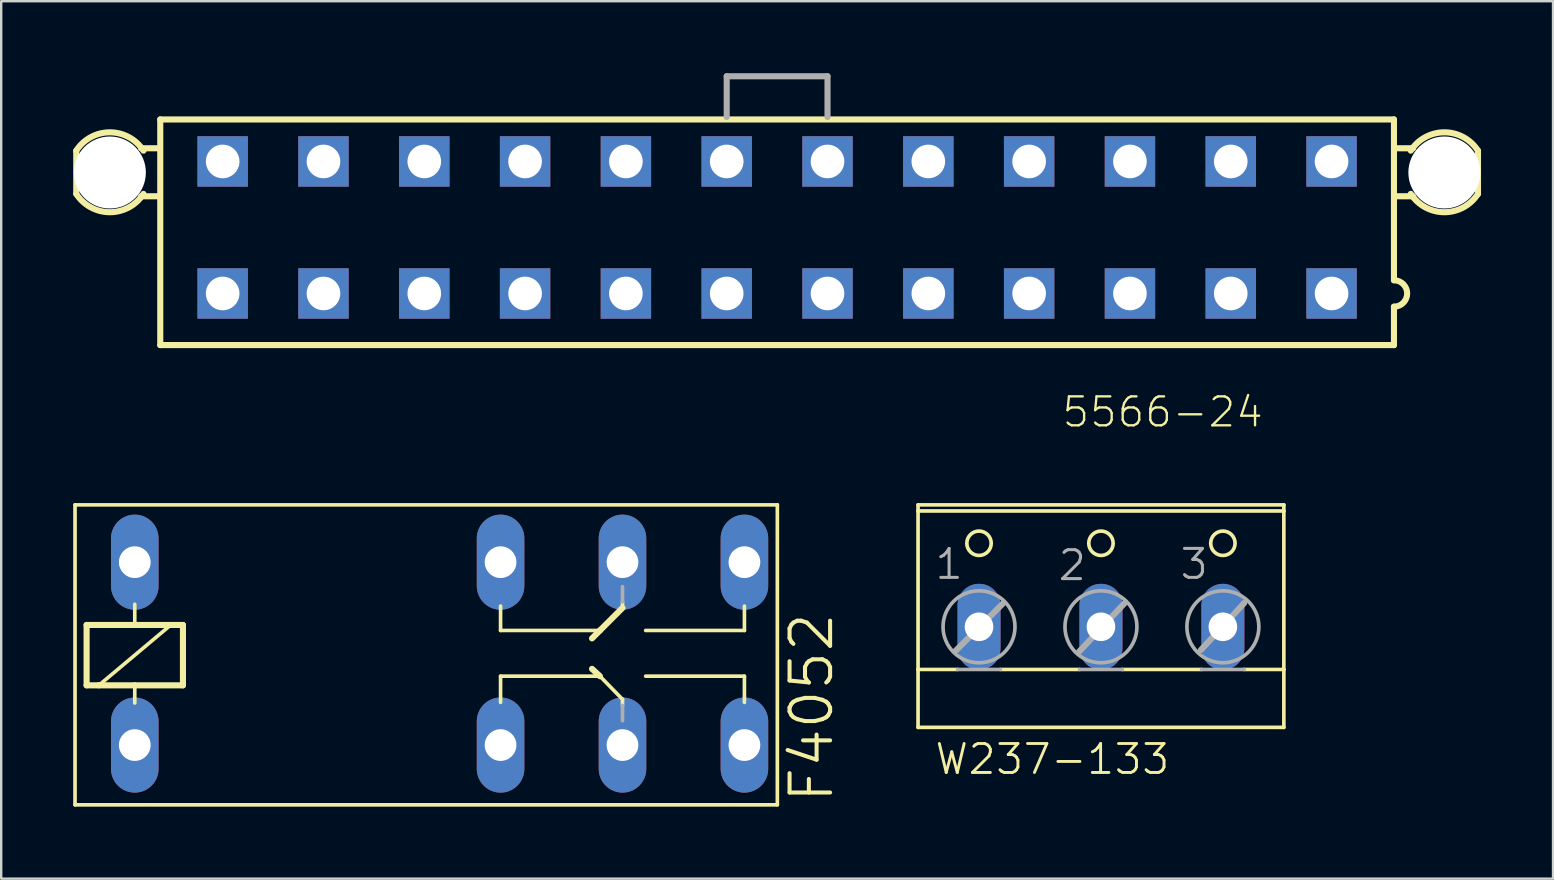
<source format=kicad_pcb>
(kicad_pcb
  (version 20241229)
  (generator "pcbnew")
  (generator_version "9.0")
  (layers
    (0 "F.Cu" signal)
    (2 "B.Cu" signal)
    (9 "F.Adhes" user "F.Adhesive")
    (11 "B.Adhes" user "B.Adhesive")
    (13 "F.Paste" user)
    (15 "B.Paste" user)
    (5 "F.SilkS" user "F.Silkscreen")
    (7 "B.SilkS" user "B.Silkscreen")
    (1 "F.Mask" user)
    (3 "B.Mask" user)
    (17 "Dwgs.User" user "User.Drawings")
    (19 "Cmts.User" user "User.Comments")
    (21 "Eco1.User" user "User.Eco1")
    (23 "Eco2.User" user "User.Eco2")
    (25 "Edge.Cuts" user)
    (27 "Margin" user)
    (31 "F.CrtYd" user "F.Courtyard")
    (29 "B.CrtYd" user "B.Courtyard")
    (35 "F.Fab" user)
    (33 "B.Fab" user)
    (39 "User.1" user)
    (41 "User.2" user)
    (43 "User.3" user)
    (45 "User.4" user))
  (footprint "W237-133"
    (layer "F.Cu")
    (at 42.819 22.429)
    (property "Reference" "W237-133" (at -6.985 6.858 0) (layer "F.SilkS") (effects (font (size 1.206 1.206) (thickness 0.121)) (justify left bottom)))
    (attr through_hole)
    (fp_line (start -7.62 -4.445) (end 7.62 -4.445) (stroke (width 0.152) (type solid)) (layer "F.SilkS"))
    (fp_line (start -7.62 -4.191) (end -7.62 -4.445) (stroke (width 0.152) (type solid)) (layer "F.SilkS"))
    (fp_line (start -7.62 2.413) (end -7.62 -4.191) (stroke (width 0.152) (type solid)) (layer "F.SilkS"))
    (fp_line (start -7.62 2.413) (end -5.969 2.413) (stroke (width 0.152) (type solid)) (layer "F.SilkS"))
    (fp_line (start -7.62 4.826) (end -7.62 2.413) (stroke (width 0.152) (type solid)) (layer "F.SilkS"))
    (fp_line (start -7.62 4.826) (end 7.62 4.826) (stroke (width 0.152) (type solid)) (layer "F.SilkS"))
    (fp_line (start -4.191 2.413) (end -0.889 2.413) (stroke (width 0.152) (type solid)) (layer "F.SilkS"))
    (fp_line (start 0.889 2.413) (end 4.191 2.413) (stroke (width 0.152) (type solid)) (layer "F.SilkS"))
    (fp_line (start 5.969 2.413) (end 7.62 2.413) (stroke (width 0.152) (type solid)) (layer "F.SilkS"))
    (fp_line (start 7.62 -4.191) (end -7.62 -4.191) (stroke (width 0.152) (type solid)) (layer "F.SilkS"))
    (fp_line (start 7.62 -4.191) (end 7.62 -4.445) (stroke (width 0.152) (type solid)) (layer "F.SilkS"))
    (fp_line (start 7.62 -4.191) (end 7.62 2.413) (stroke (width 0.152) (type solid)) (layer "F.SilkS"))
    (fp_line (start 7.62 2.413) (end 7.62 4.826) (stroke (width 0.152) (type solid)) (layer "F.SilkS"))
    (fp_circle (center -5.08 -2.845) (end -4.572 -2.845) (stroke (width 0.152) (type solid)) (fill no) (layer "F.SilkS"))
    (fp_circle (center 0 -2.845) (end 0.508 -2.845) (stroke (width 0.152) (type solid)) (fill no) (layer "F.SilkS"))
    (fp_circle (center 5.08 -2.845) (end 5.588 -2.845) (stroke (width 0.152) (type solid)) (fill no) (layer "F.SilkS"))
    (fp_line (start -6.071 1.651) (end -4.064 -0.356) (stroke (width 0.254) (type solid)) (layer "F.Fab"))
    (fp_line (start -5.969 2.413) (end -4.191 2.413) (stroke (width 0.152) (type solid)) (layer "F.Fab"))
    (fp_line (start -0.914 1.676) (end 0.991 -0.356) (stroke (width 0.254) (type solid)) (layer "F.Fab"))
    (fp_line (start -0.889 2.413) (end 0.889 2.413) (stroke (width 0.152) (type solid)) (layer "F.Fab"))
    (fp_line (start 4.166 1.6) (end 5.969 -0.356) (stroke (width 0.254) (type solid)) (layer "F.Fab"))
    (fp_line (start 4.191 2.413) (end 5.969 2.413) (stroke (width 0.152) (type solid)) (layer "F.Fab"))
    (fp_circle (center -5.08 0.635) (end -3.581 0.635) (stroke (width 0.152) (type solid)) (fill no) (layer "F.Fab"))
    (fp_circle (center 0 0.635) (end 1.499 0.635) (stroke (width 0.152) (type solid)) (fill no) (layer "F.Fab"))
    (fp_circle (center 5.08 0.635) (end 6.579 0.635) (stroke (width 0.152) (type solid)) (fill no) (layer "F.Fab"))
    (fp_text user "1" (at -6.985 -1.27 0) (layer "F.Fab") (effects (font (size 1.206 1.206) (thickness 0.127)) (justify left bottom)))
    (fp_text user "2" (at -1.854 -1.219 0) (layer "F.Fab") (effects (font (size 1.206 1.206) (thickness 0.127)) (justify left bottom)))
    (fp_text user "3" (at 3.226 -1.27 0) (layer "F.Fab") (effects (font (size 1.206 1.206) (thickness 0.127)) (justify left bottom)))
    (pad "1" thru_hole oval (at -5.08 0.635 90) (size 3.581 1.791) (drill 1.194) (layers "*.Cu" "*.Mask"))
    (pad "2" thru_hole oval (at 0 0.635 90) (size 3.581 1.791) (drill 1.194) (layers "*.Cu" "*.Mask"))
    (pad "3" thru_hole oval (at 5.08 0.635 90) (size 3.581 1.791) (drill 1.194) (layers "*.Cu" "*.Mask")))
  (footprint "F4052"
    (layer "F.Cu")
    (at 6.375 24.182)
    (property "Reference" "F4052" (at 25.375 6.299 90) (layer "F.SilkS") (effects (font (size 1.689 1.689) (thickness 0.169)) (justify left bottom)))
    (attr through_hole)
    (fp_line (start -6.299 -6.198) (end -6.299 6.299) (stroke (width 0.152) (type solid)) (layer "F.SilkS"))
    (fp_line (start -6.299 6.299) (end 22.962 6.299) (stroke (width 0.152) (type solid)) (layer "F.SilkS"))
    (fp_line (start -5.817 -1.194) (end -3.81 -1.194) (stroke (width 0.254) (type solid)) (layer "F.SilkS"))
    (fp_line (start -5.817 1.321) (end -5.817 -1.194) (stroke (width 0.254) (type solid)) (layer "F.SilkS"))
    (fp_line (start -5.309 1.321) (end -5.817 1.321) (stroke (width 0.254) (type solid)) (layer "F.SilkS"))
    (fp_line (start -3.81 -2.057) (end -3.81 -1.194) (stroke (width 0.152) (type solid)) (layer "F.SilkS"))
    (fp_line (start -3.81 -1.194) (end -2.311 -1.194) (stroke (width 0.254) (type solid)) (layer "F.SilkS"))
    (fp_line (start -3.81 1.321) (end -5.309 1.321) (stroke (width 0.254) (type solid)) (layer "F.SilkS"))
    (fp_line (start -3.81 1.321) (end -3.81 2.057) (stroke (width 0.152) (type solid)) (layer "F.SilkS"))
    (fp_line (start -2.311 -1.194) (end -5.309 1.321) (stroke (width 0.152) (type solid)) (layer "F.SilkS"))
    (fp_line (start -2.311 -1.194) (end -1.803 -1.194) (stroke (width 0.254) (type solid)) (layer "F.SilkS"))
    (fp_line (start -1.803 -1.194) (end -1.803 1.321) (stroke (width 0.254) (type solid)) (layer "F.SilkS"))
    (fp_line (start -1.803 1.321) (end -3.81 1.321) (stroke (width 0.254) (type solid)) (layer "F.SilkS"))
    (fp_line (start 11.43 -0.965) (end 11.43 -1.981) (stroke (width 0.152) (type solid)) (layer "F.SilkS"))
    (fp_line (start 11.43 0.94) (end 11.43 2.032) (stroke (width 0.152) (type solid)) (layer "F.SilkS"))
    (fp_line (start 15.24 -0.635) (end 15.57 -0.965) (stroke (width 0.254) (type solid)) (layer "F.SilkS"))
    (fp_line (start 15.57 -0.965) (end 11.43 -0.965) (stroke (width 0.152) (type solid)) (layer "F.SilkS"))
    (fp_line (start 15.57 -0.965) (end 16.51 -1.905) (stroke (width 0.254) (type solid)) (layer "F.SilkS"))
    (fp_line (start 15.57 0.94) (end 11.43 0.94) (stroke (width 0.152) (type solid)) (layer "F.SilkS"))
    (fp_line (start 15.57 0.94) (end 15.24 0.635) (stroke (width 0.254) (type solid)) (layer "F.SilkS"))
    (fp_line (start 16.51 -2.159) (end 16.51 -1.905) (stroke (width 0.152) (type solid)) (layer "F.SilkS"))
    (fp_line (start 16.51 1.905) (end 15.57 0.94) (stroke (width 0.152) (type solid)) (layer "F.SilkS"))
    (fp_line (start 16.51 2.159) (end 16.51 1.905) (stroke (width 0.152) (type solid)) (layer "F.SilkS"))
    (fp_line (start 17.475 -0.965) (end 21.59 -0.965) (stroke (width 0.152) (type solid)) (layer "F.SilkS"))
    (fp_line (start 17.475 0.94) (end 21.59 0.94) (stroke (width 0.152) (type solid)) (layer "F.SilkS"))
    (fp_line (start 21.59 -0.965) (end 21.59 -1.981) (stroke (width 0.152) (type solid)) (layer "F.SilkS"))
    (fp_line (start 21.59 0.94) (end 21.59 2.032) (stroke (width 0.152) (type solid)) (layer "F.SilkS"))
    (fp_line (start 22.962 -6.198) (end -6.299 -6.198) (stroke (width 0.152) (type solid)) (layer "F.SilkS"))
    (fp_line (start 22.962 6.299) (end 22.962 -6.198) (stroke (width 0.152) (type solid)) (layer "F.SilkS"))
    (fp_line (start 16.51 -2.794) (end 16.51 -2.159) (stroke (width 0.152) (type solid)) (layer "F.Fab"))
    (fp_line (start 16.51 2.159) (end 16.51 2.794) (stroke (width 0.152) (type solid)) (layer "F.Fab"))
    (pad "1" thru_hole oval (at -3.81 -3.81 90) (size 3.962 1.981) (drill 1.321) (layers "*.Cu" "*.Mask"))
    (pad "2" thru_hole oval (at -3.81 3.81 90) (size 3.962 1.981) (drill 1.321) (layers "*.Cu" "*.Mask"))
    (pad "O1" thru_hole oval (at 11.43 3.81 90) (size 3.962 1.981) (drill 1.321) (layers "*.Cu" "*.Mask"))
    (pad "O2" thru_hole oval (at 11.43 -3.81 90) (size 3.962 1.981) (drill 1.321) (layers "*.Cu" "*.Mask"))
    (pad "P1" thru_hole oval (at 16.51 3.81 90) (size 3.962 1.981) (drill 1.321) (layers "*.Cu" "*.Mask"))
    (pad "P2" thru_hole oval (at 16.51 -3.81 90) (size 3.962 1.981) (drill 1.321) (layers "*.Cu" "*.Mask"))
    (pad "S1" thru_hole oval (at 21.59 3.81 90) (size 3.962 1.981) (drill 1.321) (layers "*.Cu" "*.Mask"))
    (pad "S2" thru_hole oval (at 21.59 -3.81 90) (size 3.962 1.981) (drill 1.321) (layers "*.Cu" "*.Mask")))
  (footprint "5566-24"
    (layer "F.Cu")
    (at 29.327 6.427)
    (property "Reference" "5566-24" (at 20.32 6.985 180) (layer "F.SilkS") (effects (font (size 1.206 1.206) (thickness 0.097)) (justify right top)))
    (attr through_hole)
    (fp_line (start -29.2 -3.2) (end -29.2 -1.4) (stroke (width 0.254) (type solid)) (layer "F.SilkS"))
    (fp_line (start -26.5 -3.3) (end -25.8 -3.3) (stroke (width 0.254) (type solid)) (layer "F.SilkS"))
    (fp_line (start -26.5 -1.3) (end -25.8 -1.3) (stroke (width 0.254) (type solid)) (layer "F.SilkS"))
    (fp_line (start -25.7 -4.5) (end 25.7 -4.5) (stroke (width 0.254) (type solid)) (layer "F.SilkS"))
    (fp_line (start -25.7 4.9) (end -25.7 -4.5) (stroke (width 0.254) (type solid)) (layer "F.SilkS"))
    (fp_line (start 25.7 -4.5) (end 25.7 2.2) (stroke (width 0.254) (type solid)) (layer "F.SilkS"))
    (fp_line (start 25.7 3.3) (end 25.7 4.9) (stroke (width 0.254) (type solid)) (layer "F.SilkS"))
    (fp_line (start 25.7 4.9) (end -25.7 4.9) (stroke (width 0.254) (type solid)) (layer "F.SilkS"))
    (fp_line (start 26.5 -3.3) (end 25.8 -3.3) (stroke (width 0.254) (type solid)) (layer "F.SilkS"))
    (fp_line (start 26.5 -1.3) (end 25.8 -1.3) (stroke (width 0.254) (type solid)) (layer "F.SilkS"))
    (fp_line (start 29.2 -1.4) (end 29.2 -3.2) (stroke (width 0.254) (type solid)) (layer "F.SilkS"))
    (fp_arc (start -29.2 -3.2) (mid -27.799999 -3.964331) (end -26.399999 -3.199999) (stroke (width 0.254) (type solid)) (layer "F.SilkS"))
    (fp_arc (start -26.4 -1.4) (mid -27.8 -0.635668) (end -29.2 -1.4) (stroke (width 0.254) (type solid)) (layer "F.SilkS"))
    (fp_arc (start 25.7 2.2) (mid 26.25 2.75) (end 25.7 3.3) (stroke (width 0.254) (type solid)) (layer "F.SilkS"))
    (fp_arc (start 26.4 -3.2) (mid 27.800001 -3.964331) (end 29.200001 -3.199999) (stroke (width 0.254) (type solid)) (layer "F.SilkS"))
    (fp_arc (start 29.2 -1.4) (mid 27.8 -0.635668) (end 26.4 -1.4) (stroke (width 0.254) (type solid)) (layer "F.SilkS"))
    (fp_line (start -2.1 -6.3) (end -2.1 -4.6) (stroke (width 0.254) (type solid)) (layer "F.Fab"))
    (fp_line (start -2.1 -6.3) (end 2.1 -6.3) (stroke (width 0.254) (type solid)) (layer "F.Fab"))
    (fp_line (start 2.1 -6.3) (end 2.1 -4.6) (stroke (width 0.254) (type solid)) (layer "F.Fab"))
    (pad "" np_thru_hole circle (at -27.8 -2.29) (size 3 3) (drill 3) (layers "*.Cu"))
    (pad "" np_thru_hole circle (at 27.8 -2.29) (size 3 3) (drill 3) (layers "*.Cu"))
    (pad "1" thru_hole rect (at 23.1 2.75) (size 2.1 2.1) (drill 1.4) (layers "*.Cu" "*.Mask"))
    (pad "2" thru_hole rect (at 18.9 2.75) (size 2.1 2.1) (drill 1.4) (layers "*.Cu" "*.Mask"))
    (pad "3" thru_hole rect (at 14.7 2.75) (size 2.1 2.1) (drill 1.4) (layers "*.Cu" "*.Mask"))
    (pad "4" thru_hole rect (at 10.5 2.75) (size 2.1 2.1) (drill 1.4) (layers "*.Cu" "*.Mask"))
    (pad "5" thru_hole rect (at 6.3 2.75) (size 2.1 2.1) (drill 1.4) (layers "*.Cu" "*.Mask"))
    (pad "6" thru_hole rect (at 2.1 2.75) (size 2.1 2.1) (drill 1.4) (layers "*.Cu" "*.Mask"))
    (pad "7" thru_hole rect (at -2.1 2.75) (size 2.1 2.1) (drill 1.4) (layers "*.Cu" "*.Mask"))
    (pad "8" thru_hole rect (at -6.3 2.75) (size 2.1 2.1) (drill 1.4) (layers "*.Cu" "*.Mask"))
    (pad "9" thru_hole rect (at -10.5 2.75) (size 2.1 2.1) (drill 1.4) (layers "*.Cu" "*.Mask"))
    (pad "10" thru_hole rect (at -14.7 2.75) (size 2.1 2.1) (drill 1.4) (layers "*.Cu" "*.Mask"))
    (pad "11" thru_hole rect (at -18.9 2.75) (size 2.1 2.1) (drill 1.4) (layers "*.Cu" "*.Mask"))
    (pad "12" thru_hole rect (at -23.1 2.75) (size 2.1 2.1) (drill 1.4) (layers "*.Cu" "*.Mask"))
    (pad "13" thru_hole rect (at 23.1 -2.75) (size 2.1 2.1) (drill 1.4) (layers "*.Cu" "*.Mask"))
    (pad "14" thru_hole rect (at 18.9 -2.75) (size 2.1 2.1) (drill 1.4) (layers "*.Cu" "*.Mask"))
    (pad "15" thru_hole rect (at 14.7 -2.75) (size 2.1 2.1) (drill 1.4) (layers "*.Cu" "*.Mask"))
    (pad "16" thru_hole rect (at 10.5 -2.75) (size 2.1 2.1) (drill 1.4) (layers "*.Cu" "*.Mask"))
    (pad "17" thru_hole rect (at 6.3 -2.75) (size 2.1 2.1) (drill 1.4) (layers "*.Cu" "*.Mask"))
    (pad "18" thru_hole rect (at 2.1 -2.75) (size 2.1 2.1) (drill 1.4) (layers "*.Cu" "*.Mask"))
    (pad "19" thru_hole rect (at -2.1 -2.75) (size 2.1 2.1) (drill 1.4) (layers "*.Cu" "*.Mask"))
    (pad "20" thru_hole rect (at -6.3 -2.75) (size 2.1 2.1) (drill 1.4) (layers "*.Cu" "*.Mask"))
    (pad "21" thru_hole rect (at -10.5 -2.75) (size 2.1 2.1) (drill 1.4) (layers "*.Cu" "*.Mask"))
    (pad "22" thru_hole rect (at -14.7 -2.75) (size 2.1 2.1) (drill 1.4) (layers "*.Cu" "*.Mask"))
    (pad "23" thru_hole rect (at -18.9 -2.75) (size 2.1 2.1) (drill 1.4) (layers "*.Cu" "*.Mask"))
    (pad "24" thru_hole rect (at -23.1 -2.75) (size 2.1 2.1) (drill 1.4) (layers "*.Cu" "*.Mask")))
  (gr_rect
    (start -3 -3)
    (end 61.654 33.557)
    (stroke (width 0.1) (type default))
    (fill no)
    (layer "Edge.Cuts")))
</source>
